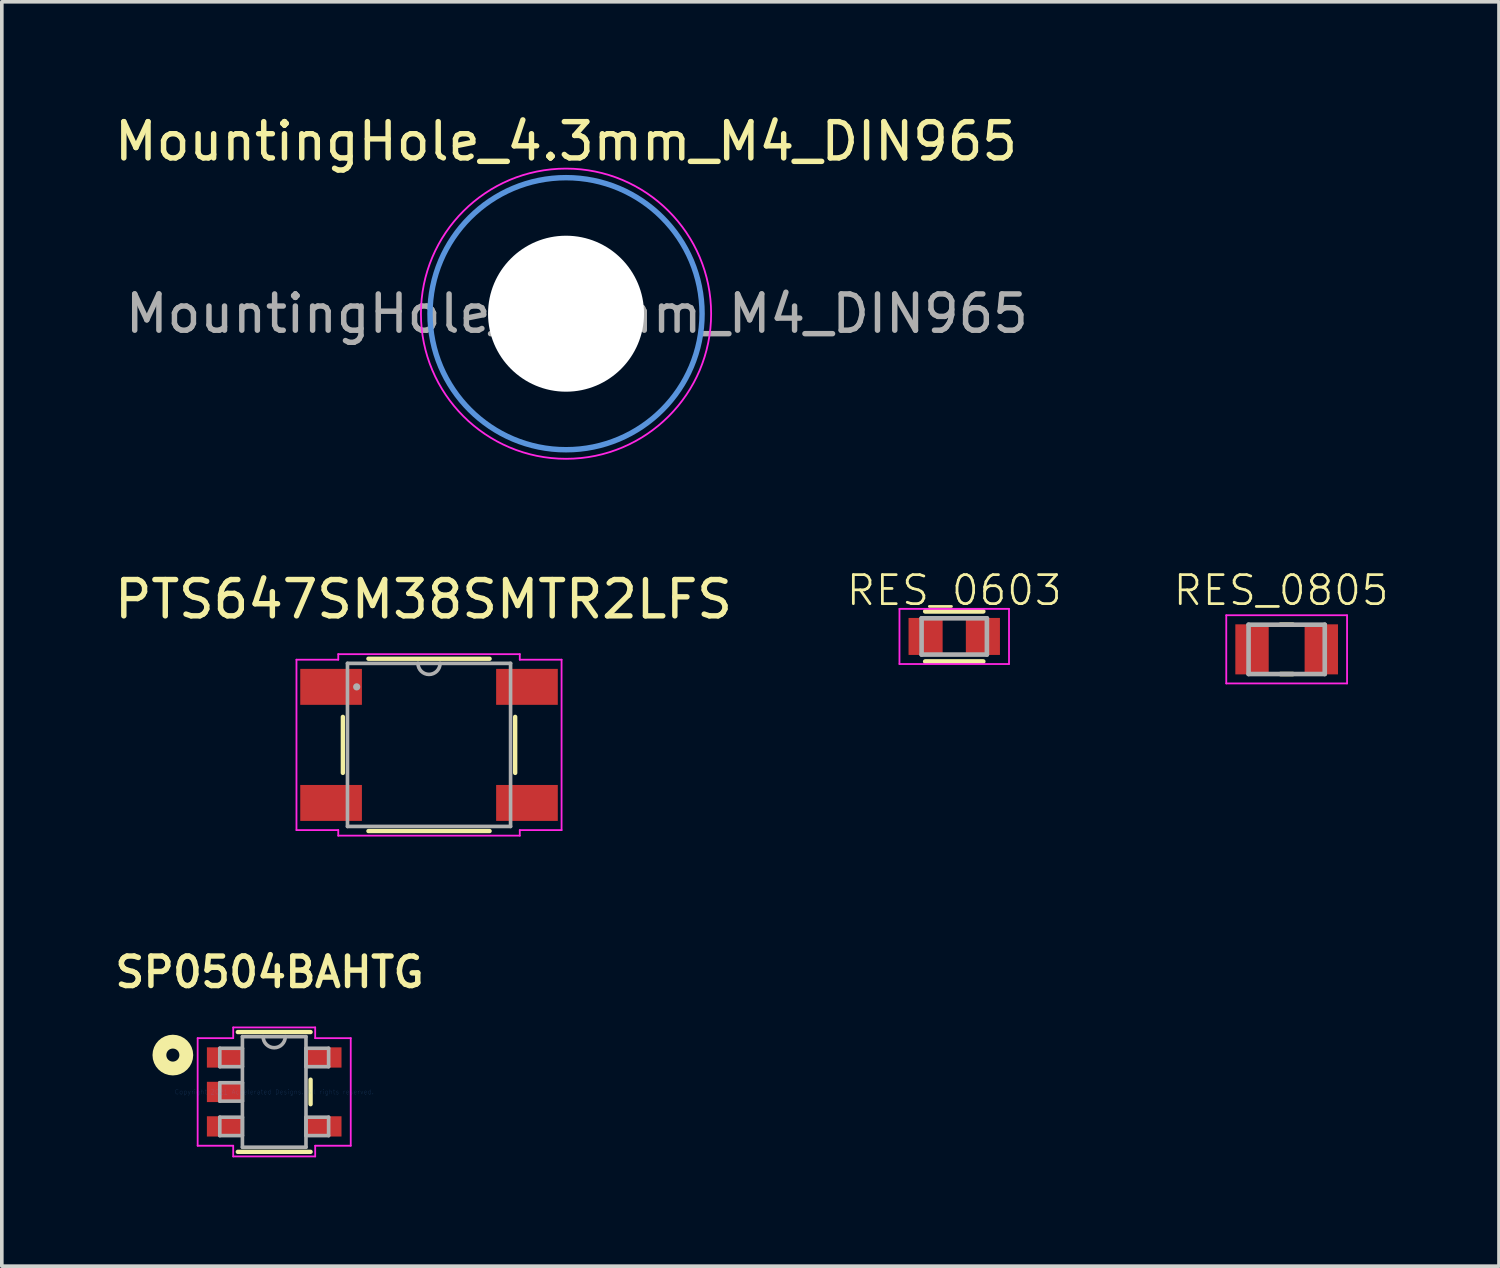
<source format=kicad_pcb>
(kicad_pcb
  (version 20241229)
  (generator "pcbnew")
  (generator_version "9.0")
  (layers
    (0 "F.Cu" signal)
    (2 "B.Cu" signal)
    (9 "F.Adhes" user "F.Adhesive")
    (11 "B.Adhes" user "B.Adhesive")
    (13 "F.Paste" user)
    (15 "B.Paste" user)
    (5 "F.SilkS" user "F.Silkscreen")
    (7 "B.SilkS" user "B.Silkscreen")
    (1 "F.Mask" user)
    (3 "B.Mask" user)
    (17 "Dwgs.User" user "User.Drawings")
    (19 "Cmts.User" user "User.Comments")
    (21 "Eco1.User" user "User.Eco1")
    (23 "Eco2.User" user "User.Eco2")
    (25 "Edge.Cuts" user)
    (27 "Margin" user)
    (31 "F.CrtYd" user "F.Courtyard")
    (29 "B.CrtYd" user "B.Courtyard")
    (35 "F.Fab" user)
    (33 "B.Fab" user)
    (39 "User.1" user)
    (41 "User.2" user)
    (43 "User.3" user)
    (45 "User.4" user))
  (footprint "PTS647SM38SMTR2LFS"
    (layer "F.Cu")
    (at 8.777 17.485)
    (property "Reference" "PTS647SM38SMTR2LFS" (at -0.152 -4.013 0) (layer "F.SilkS") (effects (font (size 1 1) (thickness 0.15))))
    (attr through_hole)
    (fp_line (start -2.375 -0.772) (end -2.375 0.772) (stroke (width 0.12) (type solid)) (layer "F.SilkS"))
    (fp_line (start -1.67 2.375) (end 1.67 2.375) (stroke (width 0.12) (type solid)) (layer "F.SilkS"))
    (fp_line (start 1.67 -2.375) (end -1.67 -2.375) (stroke (width 0.12) (type solid)) (layer "F.SilkS"))
    (fp_line (start 2.375 0.772) (end 2.375 -0.772) (stroke (width 0.12) (type solid)) (layer "F.SilkS"))
    (fp_line (start -3.654 -2.349) (end -2.502 -2.349) (stroke (width 0.05) (type solid)) (layer "F.CrtYd"))
    (fp_line (start -3.654 2.349) (end -3.654 -2.349) (stroke (width 0.05) (type solid)) (layer "F.CrtYd"))
    (fp_line (start -2.502 -2.502) (end 2.502 -2.502) (stroke (width 0.05) (type solid)) (layer "F.CrtYd"))
    (fp_line (start -2.502 -2.349) (end -2.502 -2.502) (stroke (width 0.05) (type solid)) (layer "F.CrtYd"))
    (fp_line (start -2.502 2.349) (end -3.654 2.349) (stroke (width 0.05) (type solid)) (layer "F.CrtYd"))
    (fp_line (start -2.502 2.502) (end -2.502 2.349) (stroke (width 0.05) (type solid)) (layer "F.CrtYd"))
    (fp_line (start 2.502 -2.502) (end 2.502 -2.349) (stroke (width 0.05) (type solid)) (layer "F.CrtYd"))
    (fp_line (start 2.502 -2.349) (end 3.654 -2.349) (stroke (width 0.05) (type solid)) (layer "F.CrtYd"))
    (fp_line (start 2.502 2.349) (end 2.502 2.502) (stroke (width 0.05) (type solid)) (layer "F.CrtYd"))
    (fp_line (start 2.502 2.502) (end -2.502 2.502) (stroke (width 0.05) (type solid)) (layer "F.CrtYd"))
    (fp_line (start 3.654 -2.349) (end 3.654 2.349) (stroke (width 0.05) (type solid)) (layer "F.CrtYd"))
    (fp_line (start 3.654 2.349) (end 2.502 2.349) (stroke (width 0.05) (type solid)) (layer "F.CrtYd"))
    (fp_line (start -2.248 -2.248) (end -2.248 2.248) (stroke (width 0.1) (type solid)) (layer "F.Fab"))
    (fp_line (start -2.248 2.248) (end 2.248 2.248) (stroke (width 0.1) (type solid)) (layer "F.Fab"))
    (fp_line (start 2.248 -2.248) (end -2.248 -2.248) (stroke (width 0.1) (type solid)) (layer "F.Fab"))
    (fp_line (start 2.248 2.248) (end 2.248 -2.248) (stroke (width 0.1) (type solid)) (layer "F.Fab"))
    (fp_arc (start 0.3048 -2.2479) (mid 0 -1.9431) (end -0.3048 -2.2479) (stroke (width 0.1) (type solid)) (layer "F.Fab"))
    (fp_circle (center -1.994 -1.6) (end -1.994 -1.6) (stroke (width 0.1) (type solid)) (fill no) (layer "F.Fab"))
    (pad "1" smd rect (at -2.7 -1.6) (size 1.7 0.991) (layers "F.Cu" "F.Mask" "F.Paste"))
    (pad "2" smd rect (at 2.7 -1.6) (size 1.7 0.991) (layers "F.Cu" "F.Mask" "F.Paste"))
    (pad "3" smd rect (at -2.7 1.6) (size 1.7 0.991) (layers "F.Cu" "F.Mask" "F.Paste"))
    (pad "4" smd rect (at 2.7 1.6) (size 1.7 0.991) (layers "F.Cu" "F.Mask" "F.Paste")))
  (footprint "SP0504BAHTG"
    (layer "F.Cu")
    (at 4.509 27.052)
    (property "Reference" "SP0504BAHTG" (at -0.127 -3.302 0) (layer "F.SilkS") (effects (font (size 0.813 0.813) (thickness 0.15))))
    (attr smd)
    (fp_line (start -1.003 1.651) (end 1.003 1.651) (stroke (width 0.12) (type solid)) (layer "F.SilkS"))
    (fp_line (start 1.003 -1.651) (end -1.003 -1.651) (stroke (width 0.12) (type solid)) (layer "F.SilkS"))
    (fp_line (start 1.003 0.338) (end 1.003 -0.338) (stroke (width 0.12) (type solid)) (layer "F.SilkS"))
    (fp_circle (center -2.794 -1.016) (end -2.614 -1.016) (stroke (width 0.381) (type solid)) (fill no) (layer "F.SilkS"))
    (fp_line (start -2.11 -1.483) (end -1.13 -1.483) (stroke (width 0.05) (type solid)) (layer "F.CrtYd"))
    (fp_line (start -2.11 1.483) (end -2.11 -1.483) (stroke (width 0.05) (type solid)) (layer "F.CrtYd"))
    (fp_line (start -1.13 -1.778) (end 1.13 -1.778) (stroke (width 0.05) (type solid)) (layer "F.CrtYd"))
    (fp_line (start -1.13 -1.483) (end -1.13 -1.778) (stroke (width 0.05) (type solid)) (layer "F.CrtYd"))
    (fp_line (start -1.13 1.483) (end -2.11 1.483) (stroke (width 0.05) (type solid)) (layer "F.CrtYd"))
    (fp_line (start -1.13 1.778) (end -1.13 1.483) (stroke (width 0.05) (type solid)) (layer "F.CrtYd"))
    (fp_line (start 1.13 -1.778) (end 1.13 -1.483) (stroke (width 0.05) (type solid)) (layer "F.CrtYd"))
    (fp_line (start 1.13 -1.483) (end 2.11 -1.483) (stroke (width 0.05) (type solid)) (layer "F.CrtYd"))
    (fp_line (start 1.13 1.483) (end 1.13 1.778) (stroke (width 0.05) (type solid)) (layer "F.CrtYd"))
    (fp_line (start 1.13 1.778) (end -1.13 1.778) (stroke (width 0.05) (type solid)) (layer "F.CrtYd"))
    (fp_line (start 2.11 -1.483) (end 2.11 1.483) (stroke (width 0.05) (type solid)) (layer "F.CrtYd"))
    (fp_line (start 2.11 1.483) (end 1.13 1.483) (stroke (width 0.05) (type solid)) (layer "F.CrtYd"))
    (fp_line (start -1.5 -1.204) (end -1.5 -0.696) (stroke (width 0.1) (type solid)) (layer "F.Fab"))
    (fp_line (start -1.5 -0.696) (end -0.876 -0.696) (stroke (width 0.1) (type solid)) (layer "F.Fab"))
    (fp_line (start -1.5 -0.254) (end -1.5 0.254) (stroke (width 0.1) (type solid)) (layer "F.Fab"))
    (fp_line (start -1.5 0.254) (end -0.876 0.254) (stroke (width 0.1) (type solid)) (layer "F.Fab"))
    (fp_line (start -1.5 0.696) (end -1.5 1.204) (stroke (width 0.1) (type solid)) (layer "F.Fab"))
    (fp_line (start -1.5 1.204) (end -0.876 1.204) (stroke (width 0.1) (type solid)) (layer "F.Fab"))
    (fp_line (start -0.876 -1.524) (end -0.876 1.524) (stroke (width 0.1) (type solid)) (layer "F.Fab"))
    (fp_line (start -0.876 -1.204) (end -1.5 -1.204) (stroke (width 0.1) (type solid)) (layer "F.Fab"))
    (fp_line (start -0.876 -0.696) (end -0.876 -1.204) (stroke (width 0.1) (type solid)) (layer "F.Fab"))
    (fp_line (start -0.876 -0.254) (end -1.5 -0.254) (stroke (width 0.1) (type solid)) (layer "F.Fab"))
    (fp_line (start -0.876 0.254) (end -0.876 -0.254) (stroke (width 0.1) (type solid)) (layer "F.Fab"))
    (fp_line (start -0.876 0.696) (end -1.5 0.696) (stroke (width 0.1) (type solid)) (layer "F.Fab"))
    (fp_line (start -0.876 1.204) (end -0.876 0.696) (stroke (width 0.1) (type solid)) (layer "F.Fab"))
    (fp_line (start -0.876 1.524) (end 0.876 1.524) (stroke (width 0.1) (type solid)) (layer "F.Fab"))
    (fp_line (start 0.876 -1.524) (end -0.876 -1.524) (stroke (width 0.1) (type solid)) (layer "F.Fab"))
    (fp_line (start 0.876 -1.204) (end 0.876 -0.696) (stroke (width 0.1) (type solid)) (layer "F.Fab"))
    (fp_line (start 0.876 -0.696) (end 1.5 -0.696) (stroke (width 0.1) (type solid)) (layer "F.Fab"))
    (fp_line (start 0.876 0.696) (end 0.876 1.204) (stroke (width 0.1) (type solid)) (layer "F.Fab"))
    (fp_line (start 0.876 1.204) (end 1.5 1.204) (stroke (width 0.1) (type solid)) (layer "F.Fab"))
    (fp_line (start 0.876 1.524) (end 0.876 -1.524) (stroke (width 0.1) (type solid)) (layer "F.Fab"))
    (fp_line (start 1.5 -1.204) (end 0.876 -1.204) (stroke (width 0.1) (type solid)) (layer "F.Fab"))
    (fp_line (start 1.5 -0.696) (end 1.5 -1.204) (stroke (width 0.1) (type solid)) (layer "F.Fab"))
    (fp_line (start 1.5 0.696) (end 0.876 0.696) (stroke (width 0.1) (type solid)) (layer "F.Fab"))
    (fp_line (start 1.5 1.204) (end 1.5 0.696) (stroke (width 0.1) (type solid)) (layer "F.Fab"))
    (fp_arc (start 0.3048 -1.524) (mid 0 -1.2192) (end -0.3048 -1.524) (stroke (width 0.1) (type solid)) (layer "F.Fab"))
    (fp_text user "Copyright 2021 Accelerated Designs. All rights reserved." (at 0 0 0) (layer "Cmts.User") (effects (font (size 0.127 0.127) (thickness 0.002))))
    (pad "1" smd rect (at -1.366 -0.95) (size 0.979 0.559) (layers "F.Cu" "F.Mask" "F.Paste"))
    (pad "2" smd rect (at -1.366 0) (size 0.979 0.559) (layers "F.Cu" "F.Mask" "F.Paste"))
    (pad "3" smd rect (at -1.366 0.95) (size 0.979 0.559) (layers "F.Cu" "F.Mask" "F.Paste"))
    (pad "4" smd rect (at 1.366 0.95) (size 0.979 0.559) (layers "F.Cu" "F.Mask" "F.Paste"))
    (pad "5" smd rect (at 1.366 -0.95) (size 0.979 0.559) (layers "F.Cu" "F.Mask" "F.Paste")))
  (footprint "MountingHole_4.3mm_M4_DIN965"
    (layer "F.Cu")
    (at 12.554 5.598)
    (property "Reference" "MountingHole_4.3mm_M4_DIN965" (at 0 -4.75 0) (layer "F.SilkS") (effects (font (size 1 1) (thickness 0.15))))
    (attr exclude_from_pos_files exclude_from_bom)
    (fp_circle (center 0 0) (end 3.75 0) (stroke (width 0.15) (type solid)) (fill no) (layer "Cmts.User"))
    (fp_circle (center 0 0) (end 4 0) (stroke (width 0.05) (type solid)) (fill no) (layer "F.CrtYd"))
    (fp_text user "${REFERENCE}" (at 0.3 0 0) (layer "F.Fab") (effects (font (size 1 1) (thickness 0.15))))
    (pad "" np_thru_hole circle (at 0 0) (size 4.3 4.3) (drill 4.3) (layers "*.Cu" "*.Mask")))
  (footprint "RES_0805"
    (layer "F.Cu")
    (at 32.42 14.851)
    (property "Reference" "RES_0805" (at -0.152 -1.626 0) (layer "F.SilkS") (effects (font (size 0.8 0.8) (thickness 0.076))))
    (attr through_hole)
    (fp_line (start -0.17 -0.68) (end 0.17 -0.68) (stroke (width 0.127) (type solid)) (layer "F.SilkS"))
    (fp_line (start -0.17 0.68) (end 0.17 0.68) (stroke (width 0.127) (type solid)) (layer "F.SilkS"))
    (fp_line (start -1.665 -0.94) (end 1.665 -0.94) (stroke (width 0.05) (type solid)) (layer "F.CrtYd"))
    (fp_line (start -1.665 0.94) (end -1.665 -0.94) (stroke (width 0.05) (type solid)) (layer "F.CrtYd"))
    (fp_line (start -1.665 0.94) (end 1.665 0.94) (stroke (width 0.05) (type solid)) (layer "F.CrtYd"))
    (fp_line (start 1.665 0.94) (end 1.665 -0.94) (stroke (width 0.05) (type solid)) (layer "F.CrtYd"))
    (fp_line (start -1.05 0.68) (end -1.05 -0.68) (stroke (width 0.127) (type solid)) (layer "F.Fab"))
    (fp_line (start 1.05 -0.68) (end -1.05 -0.68) (stroke (width 0.127) (type solid)) (layer "F.Fab"))
    (fp_line (start 1.05 0.68) (end -1.05 0.68) (stroke (width 0.127) (type solid)) (layer "F.Fab"))
    (fp_line (start 1.05 0.68) (end 1.05 -0.68) (stroke (width 0.127) (type solid)) (layer "F.Fab"))
    (pad "1" smd rect (at -0.955 0) (size 0.92 1.38) (layers "F.Cu" "F.Mask" "F.Paste"))
    (pad "2" smd rect (at 0.955 0) (size 0.92 1.38) (layers "F.Cu" "F.Mask" "F.Paste")))
  (footprint "RES_0603"
    (layer "F.Cu")
    (at 23.256 14.495)
    (property "Reference" "RES_0603" (at 0 -1.27 0) (layer "F.SilkS") (effects (font (size 0.8 0.8) (thickness 0.076))))
    (attr through_hole)
    (fp_line (start -0.8 -0.69) (end 0.8 -0.69) (stroke (width 0.127) (type solid)) (layer "F.SilkS"))
    (fp_line (start -0.8 0.69) (end 0.8 0.69) (stroke (width 0.127) (type solid)) (layer "F.SilkS"))
    (fp_line (start -1.51 -0.76) (end 1.51 -0.76) (stroke (width 0.05) (type solid)) (layer "F.CrtYd"))
    (fp_line (start -1.51 0.76) (end -1.51 -0.76) (stroke (width 0.05) (type solid)) (layer "F.CrtYd"))
    (fp_line (start 1.51 -0.76) (end 1.51 0.76) (stroke (width 0.05) (type solid)) (layer "F.CrtYd"))
    (fp_line (start 1.51 0.76) (end -1.51 0.76) (stroke (width 0.05) (type solid)) (layer "F.CrtYd"))
    (fp_line (start -0.9 -0.5) (end -0.9 0.5) (stroke (width 0.127) (type solid)) (layer "F.Fab"))
    (fp_line (start -0.9 -0.5) (end 0.9 -0.5) (stroke (width 0.127) (type solid)) (layer "F.Fab"))
    (fp_line (start -0.9 0.5) (end 0.9 0.5) (stroke (width 0.127) (type solid)) (layer "F.Fab"))
    (fp_line (start 0.9 -0.5) (end 0.9 0.5) (stroke (width 0.127) (type solid)) (layer "F.Fab"))
    (pad "1" smd rect (at -0.79 0) (size 0.94 1.02) (layers "F.Cu" "F.Mask" "F.Paste"))
    (pad "2" smd rect (at 0.79 0) (size 0.94 1.02) (layers "F.Cu" "F.Mask" "F.Paste")))
  (gr_rect
    (start -3 -3)
    (end 38.273 31.855)
    (stroke (width 0.1) (type default))
    (fill no)
    (layer "Edge.Cuts")))
</source>
